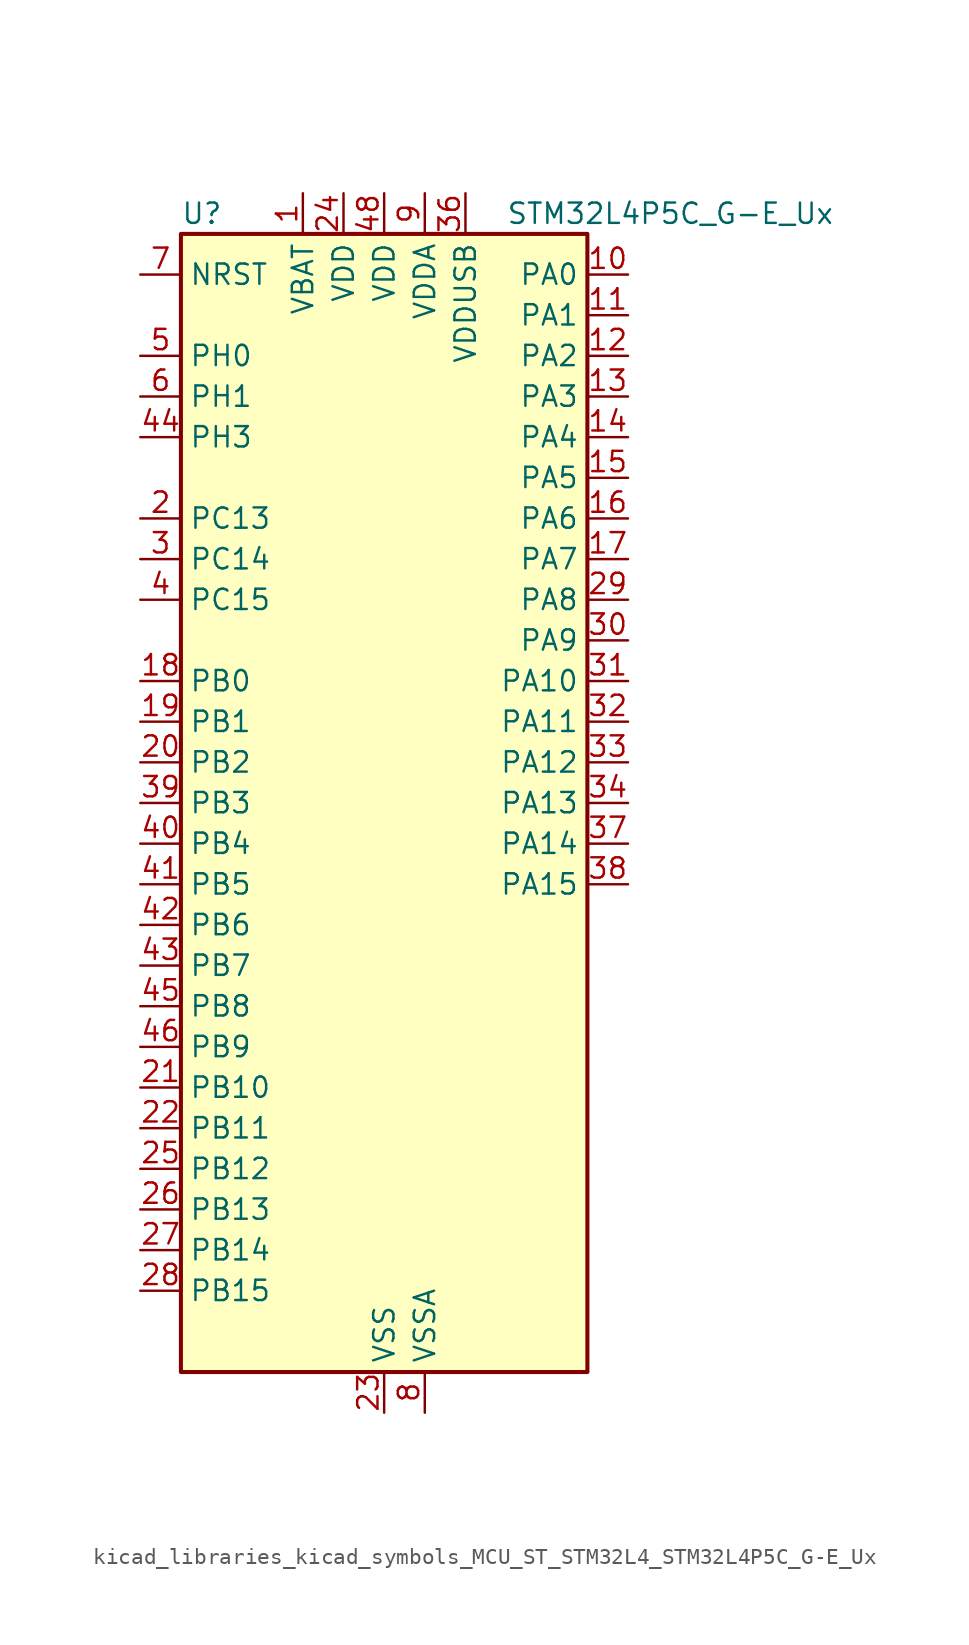
<source format=kicad_sym>
(kicad_symbol_lib
  (version 20220914)
  (generator kicad_symbol_editor)
  (symbol "kicad_libraries_kicad_symbols_MCU_ST_STM32L4_STM32L4P5C_G-E_Ux"
    (property "Reference" "U"
      (at -12.7 36.83 0)
      (effects (font (size 1.27 1.27)) (justify left)))
    (property "Value" "STM32L4P5C_G-E_Ux"
      (at 7.62 36.83 0)
      (effects (font (size 1.27 1.27)) (justify left)))
    (property "ki_locked" ""
      (at 0 0 0)
      (effects (font (size 1.27 1.27))))
    (symbol "kicad_libraries_kicad_symbols_MCU_ST_STM32L4_STM32L4P5C_G-E_Ux_0_1"
      (rectangle (start -12.7 -35.56) (end 12.7 35.56) (stroke (width 0.254) (type default)) (fill (type background))))
    (symbol "kicad_libraries_kicad_symbols_MCU_ST_STM32L4_STM32L4P5C_G-E_Ux_1_1"
      (pin power_in line (at -5.08 38.1 270) (length 2.54) (name "VBAT" (effects (font (size 1.27 1.27)))) (number "1" (effects (font (size 1.27 1.27)))))
      (pin bidirectional line (at 15.24 33.02 180) (length 2.54) (name "PA0" (effects (font (size 1.27 1.27)))) (number "10" (effects (font (size 1.27 1.27)))) (alternate "ADC1_IN5" bidirectional line) (alternate "ADC2_IN5" bidirectional line) (alternate "OPAMP1_VINP" bidirectional line) (alternate "RTC_TAMP2" bidirectional line) (alternate "SAI1_EXTCLK" bidirectional line) (alternate "SYS_WKUP1" bidirectional line) (alternate "TIM2_CH1" bidirectional line) (alternate "TIM2_ETR" bidirectional line) (alternate "TIM5_CH1" bidirectional line) (alternate "TIM8_ETR" bidirectional line) (alternate "UART4_TX" bidirectional line) (alternate "USART2_CTS" bidirectional line) (alternate "USART2_NSS" bidirectional line))
      (pin bidirectional line (at 15.24 30.48 180) (length 2.54) (name "PA1" (effects (font (size 1.27 1.27)))) (number "11" (effects (font (size 1.27 1.27)))) (alternate "ADC1_IN6" bidirectional line) (alternate "ADC2_IN6" bidirectional line) (alternate "I2C1_SMBA" bidirectional line) (alternate "OCTOSPIM_P1_DQS" bidirectional line) (alternate "OPAMP1_VINM" bidirectional line) (alternate "SDMMC2_CMD" bidirectional line) (alternate "SPI1_SCK" bidirectional line) (alternate "TIM15_CH1N" bidirectional line) (alternate "TIM2_CH2" bidirectional line) (alternate "TIM5_CH2" bidirectional line) (alternate "UART4_RX" bidirectional line) (alternate "USART2_DE" bidirectional line) (alternate "USART2_RTS" bidirectional line))
      (pin bidirectional line (at 15.24 27.94 180) (length 2.54) (name "PA2" (effects (font (size 1.27 1.27)))) (number "12" (effects (font (size 1.27 1.27)))) (alternate "ADC1_IN7" bidirectional line) (alternate "ADC2_IN7" bidirectional line) (alternate "LPUART1_TX" bidirectional line) (alternate "OCTOSPIM_P1_NCS" bidirectional line) (alternate "RCC_LSCO" bidirectional line) (alternate "SAI2_EXTCLK" bidirectional line) (alternate "SYS_WKUP4" bidirectional line) (alternate "TIM15_CH1" bidirectional line) (alternate "TIM2_CH3" bidirectional line) (alternate "TIM5_CH3" bidirectional line) (alternate "USART2_TX" bidirectional line))
      (pin bidirectional line (at 15.24 25.4 180) (length 2.54) (name "PA3" (effects (font (size 1.27 1.27)))) (number "13" (effects (font (size 1.27 1.27)))) (alternate "ADC1_IN8" bidirectional line) (alternate "ADC2_IN8" bidirectional line) (alternate "LPUART1_RX" bidirectional line) (alternate "OCTOSPIM_P1_CLK" bidirectional line) (alternate "OPAMP1_VOUT" bidirectional line) (alternate "SAI1_CK1" bidirectional line) (alternate "SAI1_MCLK_A" bidirectional line) (alternate "TIM15_CH2" bidirectional line) (alternate "TIM2_CH4" bidirectional line) (alternate "TIM5_CH4" bidirectional line) (alternate "USART2_RX" bidirectional line))
      (pin bidirectional line (at 15.24 22.86 180) (length 2.54) (name "PA4" (effects (font (size 1.27 1.27)))) (number "14" (effects (font (size 1.27 1.27)))) (alternate "ADC1_IN9" bidirectional line) (alternate "ADC2_IN9" bidirectional line) (alternate "DAC1_OUT1" bidirectional line) (alternate "LPTIM2_OUT" bidirectional line) (alternate "LTDC_CLK" bidirectional line) (alternate "OCTOSPIM_P1_NCS" bidirectional line) (alternate "SAI1_FS_B" bidirectional line) (alternate "SPI1_NSS" bidirectional line) (alternate "SPI3_NSS" bidirectional line) (alternate "USART2_CK" bidirectional line))
      (pin bidirectional line (at 15.24 20.32 180) (length 2.54) (name "PA5" (effects (font (size 1.27 1.27)))) (number "15" (effects (font (size 1.27 1.27)))) (alternate "ADC1_IN10" bidirectional line) (alternate "ADC2_IN10" bidirectional line) (alternate "DAC1_OUT2" bidirectional line) (alternate "LPTIM2_ETR" bidirectional line) (alternate "LTDC_R7" bidirectional line) (alternate "SPI1_SCK" bidirectional line) (alternate "TIM2_CH1" bidirectional line) (alternate "TIM2_ETR" bidirectional line) (alternate "TIM8_CH1N" bidirectional line))
      (pin bidirectional line (at 15.24 17.78 180) (length 2.54) (name "PA6" (effects (font (size 1.27 1.27)))) (number "16" (effects (font (size 1.27 1.27)))) (alternate "ADC1_IN11" bidirectional line) (alternate "ADC2_IN11" bidirectional line) (alternate "LPUART1_CTS" bidirectional line) (alternate "OCTOSPIM_P1_IO3" bidirectional line) (alternate "OPAMP2_VINP" bidirectional line) (alternate "SPI1_MISO" bidirectional line) (alternate "TIM16_CH1" bidirectional line) (alternate "TIM1_BKIN" bidirectional line) (alternate "TIM3_CH1" bidirectional line) (alternate "TIM8_BKIN" bidirectional line) (alternate "USART3_CTS" bidirectional line) (alternate "USART3_NSS" bidirectional line))
      (pin bidirectional line (at 15.24 15.24 180) (length 2.54) (name "PA7" (effects (font (size 1.27 1.27)))) (number "17" (effects (font (size 1.27 1.27)))) (alternate "ADC1_IN12" bidirectional line) (alternate "ADC2_IN12" bidirectional line) (alternate "I2C3_SCL" bidirectional line) (alternate "OCTOSPIM_P1_IO2" bidirectional line) (alternate "OPAMP2_VINM" bidirectional line) (alternate "SPI1_MOSI" bidirectional line) (alternate "TIM17_CH1" bidirectional line) (alternate "TIM1_CH1N" bidirectional line) (alternate "TIM3_CH2" bidirectional line) (alternate "TIM8_CH1N" bidirectional line))
      (pin bidirectional line (at -15.24 7.62 0) (length 2.54) (name "PB0" (effects (font (size 1.27 1.27)))) (number "18" (effects (font (size 1.27 1.27)))) (alternate "ADC1_IN15" bidirectional line) (alternate "ADC2_IN15" bidirectional line) (alternate "COMP1_OUT" bidirectional line) (alternate "LTDC_B6" bidirectional line) (alternate "OCTOSPIM_P1_IO1" bidirectional line) (alternate "OPAMP2_VOUT" bidirectional line) (alternate "SAI1_EXTCLK" bidirectional line) (alternate "SPI1_NSS" bidirectional line) (alternate "TIM1_CH2N" bidirectional line) (alternate "TIM3_CH3" bidirectional line) (alternate "TIM8_CH2N" bidirectional line) (alternate "USART3_CK" bidirectional line))
      (pin bidirectional line (at -15.24 5.08 0) (length 2.54) (name "PB1" (effects (font (size 1.27 1.27)))) (number "19" (effects (font (size 1.27 1.27)))) (alternate "ADC1_IN16" bidirectional line) (alternate "ADC2_IN16" bidirectional line) (alternate "COMP1_INM" bidirectional line) (alternate "DFSDM1_DATIN0" bidirectional line) (alternate "LPTIM2_IN1" bidirectional line) (alternate "LPUART1_DE" bidirectional line) (alternate "LPUART1_RTS" bidirectional line) (alternate "LTDC_G6" bidirectional line) (alternate "OCTOSPIM_P1_IO0" bidirectional line) (alternate "TIM1_CH3N" bidirectional line) (alternate "TIM3_CH4" bidirectional line) (alternate "TIM8_CH3N" bidirectional line) (alternate "USART3_DE" bidirectional line) (alternate "USART3_RTS" bidirectional line))
      (pin bidirectional line (at -15.24 17.78 0) (length 2.54) (name "PC13" (effects (font (size 1.27 1.27)))) (number "2" (effects (font (size 1.27 1.27)))) (alternate "RTC_OUT1" bidirectional line) (alternate "RTC_TAMP1" bidirectional line) (alternate "RTC_TS" bidirectional line) (alternate "SYS_WKUP2" bidirectional line))
      (pin bidirectional line (at -15.24 2.54 0) (length 2.54) (name "PB2" (effects (font (size 1.27 1.27)))) (number "20" (effects (font (size 1.27 1.27)))) (alternate "COMP1_INP" bidirectional line) (alternate "DFSDM1_CKIN0" bidirectional line) (alternate "I2C3_SMBA" bidirectional line) (alternate "LPTIM1_OUT" bidirectional line) (alternate "OCTOSPIM_P1_DQS" bidirectional line) (alternate "RTC_OUT2" bidirectional line))
      (pin bidirectional line (at -15.24 -17.78 0) (length 2.54) (name "PB10" (effects (font (size 1.27 1.27)))) (number "21" (effects (font (size 1.27 1.27)))) (alternate "COMP1_OUT" bidirectional line) (alternate "I2C2_SCL" bidirectional line) (alternate "I2C4_SCL" bidirectional line) (alternate "LPUART1_RX" bidirectional line) (alternate "OCTOSPIM_P1_CLK" bidirectional line) (alternate "OCTOSPIM_P1_IO3" bidirectional line) (alternate "SAI1_SCK_A" bidirectional line) (alternate "SPI2_SCK" bidirectional line) (alternate "TIM2_CH3" bidirectional line) (alternate "TSC_SYNC" bidirectional line) (alternate "USART3_TX" bidirectional line))
      (pin bidirectional line (at -15.24 -20.32 0) (length 2.54) (name "PB11" (effects (font (size 1.27 1.27)))) (number "22" (effects (font (size 1.27 1.27)))) (alternate "ADC1_EXTI11" bidirectional line) (alternate "ADC2_EXTI11" bidirectional line) (alternate "COMP2_OUT" bidirectional line) (alternate "I2C2_SDA" bidirectional line) (alternate "I2C4_SDA" bidirectional line) (alternate "LPUART1_TX" bidirectional line) (alternate "LTDC_VSYNC" bidirectional line) (alternate "OCTOSPIM_P1_NCS" bidirectional line) (alternate "TIM2_CH4" bidirectional line) (alternate "USART3_RX" bidirectional line))
      (pin power_in line (at 0 -38.1 90) (length 2.54) (name "VSS" (effects (font (size 1.27 1.27)))) (number "23" (effects (font (size 1.27 1.27)))))
      (pin power_in line (at -2.54 38.1 270) (length 2.54) (name "VDD" (effects (font (size 1.27 1.27)))) (number "24" (effects (font (size 1.27 1.27)))))
      (pin bidirectional line (at -15.24 -22.86 0) (length 2.54) (name "PB12" (effects (font (size 1.27 1.27)))) (number "25" (effects (font (size 1.27 1.27)))) (alternate "DFSDM1_DATIN1" bidirectional line) (alternate "I2C2_SMBA" bidirectional line) (alternate "LPUART1_DE" bidirectional line) (alternate "LPUART1_RTS" bidirectional line) (alternate "OCTOSPIM_P1_NCLK" bidirectional line) (alternate "SAI2_FS_A" bidirectional line) (alternate "SDMMC2_CK" bidirectional line) (alternate "SPI2_NSS" bidirectional line) (alternate "TIM15_BKIN" bidirectional line) (alternate "TIM1_BKIN" bidirectional line) (alternate "TSC_G1_IO1" bidirectional line) (alternate "USART3_CK" bidirectional line))
      (pin bidirectional line (at -15.24 -25.4 0) (length 2.54) (name "PB13" (effects (font (size 1.27 1.27)))) (number "26" (effects (font (size 1.27 1.27)))) (alternate "DFSDM1_CKIN1" bidirectional line) (alternate "I2C2_SCL" bidirectional line) (alternate "LPUART1_CTS" bidirectional line) (alternate "OCTOSPIM_P1_IO1" bidirectional line) (alternate "SAI2_SCK_A" bidirectional line) (alternate "SPI2_SCK" bidirectional line) (alternate "TIM15_CH1N" bidirectional line) (alternate "TIM1_CH1N" bidirectional line) (alternate "TSC_G1_IO2" bidirectional line) (alternate "USART3_CTS" bidirectional line) (alternate "USART3_NSS" bidirectional line))
      (pin bidirectional line (at -15.24 -27.94 0) (length 2.54) (name "PB14" (effects (font (size 1.27 1.27)))) (number "27" (effects (font (size 1.27 1.27)))) (alternate "DFSDM1_DATIN2" bidirectional line) (alternate "I2C2_SDA" bidirectional line) (alternate "OCTOSPIM_P1_IO6" bidirectional line) (alternate "SAI2_MCLK_A" bidirectional line) (alternate "SDMMC2_D0" bidirectional line) (alternate "SPI2_MISO" bidirectional line) (alternate "TIM15_CH1" bidirectional line) (alternate "TIM1_CH2N" bidirectional line) (alternate "TIM8_CH2N" bidirectional line) (alternate "TSC_G1_IO3" bidirectional line) (alternate "USART3_DE" bidirectional line) (alternate "USART3_RTS" bidirectional line))
      (pin bidirectional line (at -15.24 -30.48 0) (length 2.54) (name "PB15" (effects (font (size 1.27 1.27)))) (number "28" (effects (font (size 1.27 1.27)))) (alternate "ADC1_EXTI15" bidirectional line) (alternate "ADC2_EXTI15" bidirectional line) (alternate "DFSDM1_CKIN2" bidirectional line) (alternate "OCTOSPIM_P1_IO7" bidirectional line) (alternate "RTC_REFIN" bidirectional line) (alternate "SAI2_SD_A" bidirectional line) (alternate "SDMMC2_D1" bidirectional line) (alternate "SPI2_MOSI" bidirectional line) (alternate "TIM15_CH2" bidirectional line) (alternate "TIM1_CH3N" bidirectional line) (alternate "TIM8_CH3N" bidirectional line) (alternate "TSC_G1_IO4" bidirectional line))
      (pin bidirectional line (at 15.24 12.7 180) (length 2.54) (name "PA8" (effects (font (size 1.27 1.27)))) (number "29" (effects (font (size 1.27 1.27)))) (alternate "LPTIM2_OUT" bidirectional line) (alternate "LTDC_B7" bidirectional line) (alternate "RCC_MCO" bidirectional line) (alternate "SAI1_CK2" bidirectional line) (alternate "SAI1_SCK_A" bidirectional line) (alternate "TIM1_CH1" bidirectional line) (alternate "USART1_CK" bidirectional line) (alternate "USB_OTG_FS_SOF" bidirectional line))
      (pin bidirectional line (at -15.24 15.24 0) (length 2.54) (name "PC14" (effects (font (size 1.27 1.27)))) (number "3" (effects (font (size 1.27 1.27)))) (alternate "RCC_OSC32_IN" bidirectional line))
      (pin bidirectional line (at 15.24 10.16 180) (length 2.54) (name "PA9" (effects (font (size 1.27 1.27)))) (number "30" (effects (font (size 1.27 1.27)))) (alternate "DAC1_EXTI9" bidirectional line) (alternate "LTDC_G7" bidirectional line) (alternate "SAI1_FS_A" bidirectional line) (alternate "SPI2_SCK" bidirectional line) (alternate "TIM15_BKIN" bidirectional line) (alternate "TIM1_CH2" bidirectional line) (alternate "USART1_TX" bidirectional line) (alternate "USB_OTG_FS_VBUS" bidirectional line))
      (pin bidirectional line (at 15.24 7.62 180) (length 2.54) (name "PA10" (effects (font (size 1.27 1.27)))) (number "31" (effects (font (size 1.27 1.27)))) (alternate "LTDC_G6" bidirectional line) (alternate "SAI1_D1" bidirectional line) (alternate "SAI1_SD_A" bidirectional line) (alternate "TIM17_BKIN" bidirectional line) (alternate "TIM1_CH3" bidirectional line) (alternate "USART1_RX" bidirectional line) (alternate "USB_OTG_FS_ID" bidirectional line))
      (pin bidirectional line (at 15.24 5.08 180) (length 2.54) (name "PA11" (effects (font (size 1.27 1.27)))) (number "32" (effects (font (size 1.27 1.27)))) (alternate "ADC1_EXTI11" bidirectional line) (alternate "ADC2_EXTI11" bidirectional line) (alternate "CAN1_RX" bidirectional line) (alternate "LTDC_DE" bidirectional line) (alternate "SPI1_MISO" bidirectional line) (alternate "TIM1_BKIN2" bidirectional line) (alternate "TIM1_CH4" bidirectional line) (alternate "USART1_CTS" bidirectional line) (alternate "USART1_NSS" bidirectional line) (alternate "USB_OTG_FS_DM" bidirectional line))
      (pin bidirectional line (at 15.24 2.54 180) (length 2.54) (name "PA12" (effects (font (size 1.27 1.27)))) (number "33" (effects (font (size 1.27 1.27)))) (alternate "CAN1_TX" bidirectional line) (alternate "LTDC_VSYNC" bidirectional line) (alternate "OCTOSPIM_P2_NCS" bidirectional line) (alternate "SPI1_MOSI" bidirectional line) (alternate "TIM1_ETR" bidirectional line) (alternate "USART1_DE" bidirectional line) (alternate "USART1_RTS" bidirectional line) (alternate "USB_OTG_FS_DP" bidirectional line))
      (pin bidirectional line (at 15.24 0 180) (length 2.54) (name "PA13" (effects (font (size 1.27 1.27)))) (number "34" (effects (font (size 1.27 1.27)))) (alternate "IR_OUT" bidirectional line) (alternate "SAI1_SD_B" bidirectional line) (alternate "SYS_JTMS-SWDIO" bidirectional line) (alternate "USB_OTG_FS_NOE" bidirectional line))
      (pin passive line (at 0 -38.1 90) (length 2.54) hide (name "VSS" (effects (font (size 1.27 1.27)))) (number "35" (effects (font (size 1.27 1.27)))))
      (pin power_in line (at 5.08 38.1 270) (length 2.54) (name "VDDUSB" (effects (font (size 1.27 1.27)))) (number "36" (effects (font (size 1.27 1.27)))))
      (pin bidirectional line (at 15.24 -2.54 180) (length 2.54) (name "PA14" (effects (font (size 1.27 1.27)))) (number "37" (effects (font (size 1.27 1.27)))) (alternate "I2C1_SMBA" bidirectional line) (alternate "I2C4_SMBA" bidirectional line) (alternate "LPTIM1_OUT" bidirectional line) (alternate "SAI1_FS_B" bidirectional line) (alternate "SYS_JTCK-SWCLK" bidirectional line) (alternate "USB_OTG_FS_SOF" bidirectional line))
      (pin bidirectional line (at 15.24 -5.08 180) (length 2.54) (name "PA15" (effects (font (size 1.27 1.27)))) (number "38" (effects (font (size 1.27 1.27)))) (alternate "ADC1_EXTI15" bidirectional line) (alternate "ADC2_EXTI15" bidirectional line) (alternate "LTDC_HSYNC" bidirectional line) (alternate "SAI2_FS_B" bidirectional line) (alternate "SPI1_NSS" bidirectional line) (alternate "SPI3_NSS" bidirectional line) (alternate "SYS_JTDI" bidirectional line) (alternate "TIM2_CH1" bidirectional line) (alternate "TIM2_ETR" bidirectional line) (alternate "TSC_G3_IO1" bidirectional line) (alternate "UART4_DE" bidirectional line) (alternate "UART4_RTS" bidirectional line) (alternate "USART2_RX" bidirectional line) (alternate "USART3_DE" bidirectional line) (alternate "USART3_RTS" bidirectional line))
      (pin bidirectional line (at -15.24 0 0) (length 2.54) (name "PB3" (effects (font (size 1.27 1.27)))) (number "39" (effects (font (size 1.27 1.27)))) (alternate "COMP2_INM" bidirectional line) (alternate "CRS_SYNC" bidirectional line) (alternate "OCTOSPIM_P1_IO4" bidirectional line) (alternate "SAI1_SCK_B" bidirectional line) (alternate "SDMMC2_D2" bidirectional line) (alternate "SPI1_SCK" bidirectional line) (alternate "SPI3_SCK" bidirectional line) (alternate "SYS_JTDO-SWO" bidirectional line) (alternate "TIM2_CH2" bidirectional line) (alternate "USART1_DE" bidirectional line) (alternate "USART1_RTS" bidirectional line))
      (pin bidirectional line (at -15.24 12.7 0) (length 2.54) (name "PC15" (effects (font (size 1.27 1.27)))) (number "4" (effects (font (size 1.27 1.27)))) (alternate "ADC1_EXTI15" bidirectional line) (alternate "ADC2_EXTI15" bidirectional line) (alternate "RCC_OSC32_OUT" bidirectional line))
      (pin bidirectional line (at -15.24 -2.54 0) (length 2.54) (name "PB4" (effects (font (size 1.27 1.27)))) (number "40" (effects (font (size 1.27 1.27)))) (alternate "COMP2_INP" bidirectional line) (alternate "I2C3_SDA" bidirectional line) (alternate "OCTOSPIM_P1_IO5" bidirectional line) (alternate "SAI1_MCLK_B" bidirectional line) (alternate "SDMMC2_D3" bidirectional line) (alternate "SPI1_MISO" bidirectional line) (alternate "SPI3_MISO" bidirectional line) (alternate "SYS_JTRST" bidirectional line) (alternate "TIM17_BKIN" bidirectional line) (alternate "TIM3_CH1" bidirectional line) (alternate "TSC_G2_IO1" bidirectional line) (alternate "USART1_CTS" bidirectional line) (alternate "USART1_NSS" bidirectional line))
      (pin bidirectional line (at -15.24 -5.08 0) (length 2.54) (name "PB5" (effects (font (size 1.27 1.27)))) (number "41" (effects (font (size 1.27 1.27)))) (alternate "COMP2_OUT" bidirectional line) (alternate "I2C1_SMBA" bidirectional line) (alternate "LPTIM1_IN1" bidirectional line) (alternate "OCTOSPIM_P1_IO0" bidirectional line) (alternate "SAI1_SD_B" bidirectional line) (alternate "SPI1_MOSI" bidirectional line) (alternate "SPI3_MOSI" bidirectional line) (alternate "TIM16_BKIN" bidirectional line) (alternate "TIM3_CH2" bidirectional line) (alternate "TSC_G2_IO2" bidirectional line) (alternate "USART1_CK" bidirectional line))
      (pin bidirectional line (at -15.24 -7.62 0) (length 2.54) (name "PB6" (effects (font (size 1.27 1.27)))) (number "42" (effects (font (size 1.27 1.27)))) (alternate "COMP2_INP" bidirectional line) (alternate "I2C1_SCL" bidirectional line) (alternate "I2C4_SCL" bidirectional line) (alternate "LPTIM1_ETR" bidirectional line) (alternate "LTDC_R6" bidirectional line) (alternate "SAI1_FS_B" bidirectional line) (alternate "TIM16_CH1N" bidirectional line) (alternate "TIM4_CH1" bidirectional line) (alternate "TIM8_BKIN2" bidirectional line) (alternate "TSC_G2_IO3" bidirectional line) (alternate "USART1_TX" bidirectional line))
      (pin bidirectional line (at -15.24 -10.16 0) (length 2.54) (name "PB7" (effects (font (size 1.27 1.27)))) (number "43" (effects (font (size 1.27 1.27)))) (alternate "COMP2_INM" bidirectional line) (alternate "I2C1_SDA" bidirectional line) (alternate "I2C4_SDA" bidirectional line) (alternate "LPTIM1_IN2" bidirectional line) (alternate "LTDC_VSYNC" bidirectional line) (alternate "SYS_PVD_IN" bidirectional line) (alternate "TIM17_CH1N" bidirectional line) (alternate "TIM4_CH2" bidirectional line) (alternate "TIM8_BKIN" bidirectional line) (alternate "TSC_G2_IO4" bidirectional line) (alternate "UART4_CTS" bidirectional line) (alternate "USART1_RX" bidirectional line))
      (pin bidirectional line (at -15.24 22.86 0) (length 2.54) (name "PH3" (effects (font (size 1.27 1.27)))) (number "44" (effects (font (size 1.27 1.27)))))
      (pin bidirectional line (at -15.24 -12.7 0) (length 2.54) (name "PB8" (effects (font (size 1.27 1.27)))) (number "45" (effects (font (size 1.27 1.27)))) (alternate "CAN1_RX" bidirectional line) (alternate "DFSDM1_CKOUT" bidirectional line) (alternate "I2C1_SCL" bidirectional line) (alternate "LTDC_DE" bidirectional line) (alternate "SAI1_CK1" bidirectional line) (alternate "SAI1_MCLK_A" bidirectional line) (alternate "SDMMC2_D4" bidirectional line) (alternate "TIM16_CH1" bidirectional line) (alternate "TIM4_CH3" bidirectional line))
      (pin bidirectional line (at -15.24 -15.24 0) (length 2.54) (name "PB9" (effects (font (size 1.27 1.27)))) (number "46" (effects (font (size 1.27 1.27)))) (alternate "CAN1_TX" bidirectional line) (alternate "DAC1_EXTI9" bidirectional line) (alternate "I2C1_SDA" bidirectional line) (alternate "IR_OUT" bidirectional line) (alternate "SAI1_D2" bidirectional line) (alternate "SAI1_FS_A" bidirectional line) (alternate "SDMMC2_D5" bidirectional line) (alternate "SPI2_NSS" bidirectional line) (alternate "TIM17_CH1" bidirectional line) (alternate "TIM4_CH4" bidirectional line))
      (pin passive line (at 0 -38.1 90) (length 2.54) hide (name "VSS" (effects (font (size 1.27 1.27)))) (number "47" (effects (font (size 1.27 1.27)))))
      (pin power_in line (at 0 38.1 270) (length 2.54) (name "VDD" (effects (font (size 1.27 1.27)))) (number "48" (effects (font (size 1.27 1.27)))))
      (pin passive line (at 0 -38.1 90) (length 2.54) hide (name "VSS" (effects (font (size 1.27 1.27)))) (number "49" (effects (font (size 1.27 1.27)))))
      (pin bidirectional line (at -15.24 27.94 0) (length 2.54) (name "PH0" (effects (font (size 1.27 1.27)))) (number "5" (effects (font (size 1.27 1.27)))) (alternate "RCC_OSC_IN" bidirectional line))
      (pin bidirectional line (at -15.24 25.4 0) (length 2.54) (name "PH1" (effects (font (size 1.27 1.27)))) (number "6" (effects (font (size 1.27 1.27)))) (alternate "RCC_OSC_OUT" bidirectional line))
      (pin input line (at -15.24 33.02 0) (length 2.54) (name "NRST" (effects (font (size 1.27 1.27)))) (number "7" (effects (font (size 1.27 1.27)))))
      (pin power_in line (at 2.54 -38.1 90) (length 2.54) (name "VSSA" (effects (font (size 1.27 1.27)))) (number "8" (effects (font (size 1.27 1.27)))))
      (pin power_in line (at 2.54 38.1 270) (length 2.54) (name "VDDA" (effects (font (size 1.27 1.27)))) (number "9" (effects (font (size 1.27 1.27))))))))
</source>
